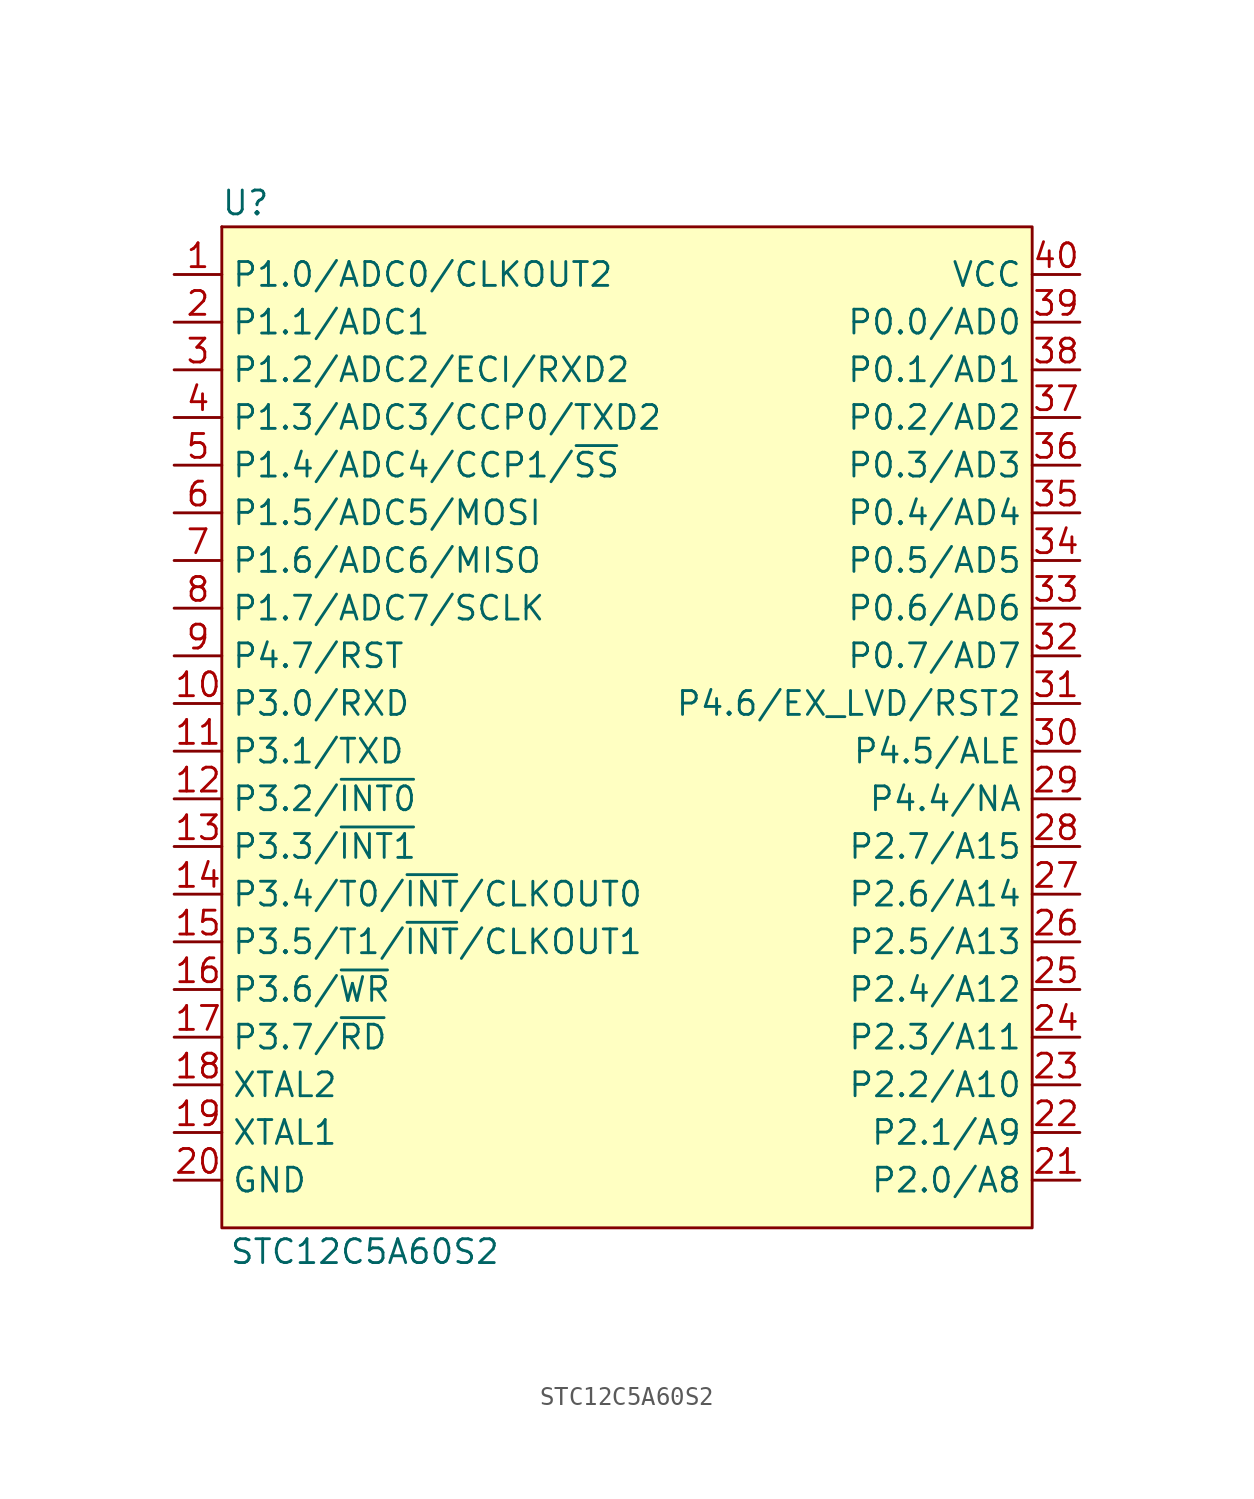
<source format=kicad_sym>
(kicad_symbol_lib
  (version 20211014)
  (generator kicad_symbol_editor)
  (symbol "STC12C5A60S2"
    (property "Reference" "U"
      (at -20.32 27.94 0)
      (effects (font (size 1.27 1.27))))
    (property "Value" "STC12C5A60S2"
      (at -13.97 -27.94 0)
      (effects (font (size 1.27 1.27))))
    (symbol "STC12C5A60S2_0_1"
      (rectangle (start -21.59 26.67) (end -21.59 26.67) (stroke (width 0) (type default) (color 0 0 0 0)) (fill (type none)))
      (rectangle (start -21.59 26.67) (end 21.59 -26.67) (stroke (width 0) (type default) (color 0 0 0 0)) (fill (type background))))
    (symbol "STC12C5A60S2_1_1"
      (pin bidirectional line (at -24.13 24.13 0) (length 2.54) (name "P1.0/ADC0/CLKOUT2" (effects (font (size 1.27 1.27)))) (number "1" (effects (font (size 1.27 1.27)))))
      (pin bidirectional line (at -24.13 1.27 0) (length 2.54) (name "P3.0/RXD" (effects (font (size 1.27 1.27)))) (number "10" (effects (font (size 1.27 1.27)))))
      (pin bidirectional line (at -24.13 -1.27 0) (length 2.54) (name "P3.1/TXD" (effects (font (size 1.27 1.27)))) (number "11" (effects (font (size 1.27 1.27)))))
      (pin bidirectional line (at -24.13 -3.81 0) (length 2.54) (name "P3.2/~{INT0}" (effects (font (size 1.27 1.27)))) (number "12" (effects (font (size 1.27 1.27)))))
      (pin bidirectional line (at -24.13 -6.35 0) (length 2.54) (name "P3.3/~{INT1}" (effects (font (size 1.27 1.27)))) (number "13" (effects (font (size 1.27 1.27)))))
      (pin bidirectional line (at -24.13 -8.89 0) (length 2.54) (name "P3.4/T0/~{INT}/CLKOUT0" (effects (font (size 1.27 1.27)))) (number "14" (effects (font (size 1.27 1.27)))))
      (pin bidirectional line (at -24.13 -11.43 0) (length 2.54) (name "P3.5/T1/~{INT}/CLKOUT1" (effects (font (size 1.27 1.27)))) (number "15" (effects (font (size 1.27 1.27)))))
      (pin bidirectional line (at -24.13 -13.97 0) (length 2.54) (name "P3.6/~{WR}" (effects (font (size 1.27 1.27)))) (number "16" (effects (font (size 1.27 1.27)))))
      (pin bidirectional line (at -24.13 -16.51 0) (length 2.54) (name "P3.7/~{RD}" (effects (font (size 1.27 1.27)))) (number "17" (effects (font (size 1.27 1.27)))))
      (pin passive line (at -24.13 -19.05 0) (length 2.54) (name "XTAL2" (effects (font (size 1.27 1.27)))) (number "18" (effects (font (size 1.27 1.27)))))
      (pin passive line (at -24.13 -21.59 0) (length 2.54) (name "XTAL1" (effects (font (size 1.27 1.27)))) (number "19" (effects (font (size 1.27 1.27)))))
      (pin bidirectional line (at -24.13 21.59 0) (length 2.54) (name "P1.1/ADC1" (effects (font (size 1.27 1.27)))) (number "2" (effects (font (size 1.27 1.27)))))
      (pin power_in line (at -24.13 -24.13 0) (length 2.54) (name "GND" (effects (font (size 1.27 1.27)))) (number "20" (effects (font (size 1.27 1.27)))))
      (pin bidirectional line (at 24.13 -24.13 180) (length 2.54) (name "P2.0/A8" (effects (font (size 1.27 1.27)))) (number "21" (effects (font (size 1.27 1.27)))))
      (pin bidirectional line (at 24.13 -21.59 180) (length 2.54) (name "P2.1/A9" (effects (font (size 1.27 1.27)))) (number "22" (effects (font (size 1.27 1.27)))))
      (pin bidirectional line (at 24.13 -19.05 180) (length 2.54) (name "P2.2/A10" (effects (font (size 1.27 1.27)))) (number "23" (effects (font (size 1.27 1.27)))))
      (pin bidirectional line (at 24.13 -16.51 180) (length 2.54) (name "P2.3/A11" (effects (font (size 1.27 1.27)))) (number "24" (effects (font (size 1.27 1.27)))))
      (pin bidirectional line (at 24.13 -13.97 180) (length 2.54) (name "P2.4/A12" (effects (font (size 1.27 1.27)))) (number "25" (effects (font (size 1.27 1.27)))))
      (pin bidirectional line (at 24.13 -11.43 180) (length 2.54) (name "P2.5/A13" (effects (font (size 1.27 1.27)))) (number "26" (effects (font (size 1.27 1.27)))))
      (pin bidirectional line (at 24.13 -8.89 180) (length 2.54) (name "P2.6/A14" (effects (font (size 1.27 1.27)))) (number "27" (effects (font (size 1.27 1.27)))))
      (pin bidirectional line (at 24.13 -6.35 180) (length 2.54) (name "P2.7/A15" (effects (font (size 1.27 1.27)))) (number "28" (effects (font (size 1.27 1.27)))))
      (pin bidirectional line (at 24.13 -3.81 180) (length 2.54) (name "P4.4/NA" (effects (font (size 1.27 1.27)))) (number "29" (effects (font (size 1.27 1.27)))))
      (pin bidirectional line (at -24.13 19.05 0) (length 2.54) (name "P1.2/ADC2/ECI/RXD2" (effects (font (size 1.27 1.27)))) (number "3" (effects (font (size 1.27 1.27)))))
      (pin bidirectional line (at 24.13 -1.27 180) (length 2.54) (name "P4.5/ALE" (effects (font (size 1.27 1.27)))) (number "30" (effects (font (size 1.27 1.27)))))
      (pin bidirectional line (at 24.13 1.27 180) (length 2.54) (name "P4.6/EX_LVD/RST2" (effects (font (size 1.27 1.27)))) (number "31" (effects (font (size 1.27 1.27)))))
      (pin bidirectional line (at 24.13 3.81 180) (length 2.54) (name "P0.7/AD7" (effects (font (size 1.27 1.27)))) (number "32" (effects (font (size 1.27 1.27)))))
      (pin bidirectional line (at 24.13 6.35 180) (length 2.54) (name "P0.6/AD6" (effects (font (size 1.27 1.27)))) (number "33" (effects (font (size 1.27 1.27)))))
      (pin bidirectional line (at 24.13 8.89 180) (length 2.54) (name "P0.5/AD5" (effects (font (size 1.27 1.27)))) (number "34" (effects (font (size 1.27 1.27)))))
      (pin bidirectional line (at 24.13 11.43 180) (length 2.54) (name "P0.4/AD4" (effects (font (size 1.27 1.27)))) (number "35" (effects (font (size 1.27 1.27)))))
      (pin bidirectional line (at 24.13 13.97 180) (length 2.54) (name "P0.3/AD3" (effects (font (size 1.27 1.27)))) (number "36" (effects (font (size 1.27 1.27)))))
      (pin bidirectional line (at 24.13 16.51 180) (length 2.54) (name "P0.2/AD2" (effects (font (size 1.27 1.27)))) (number "37" (effects (font (size 1.27 1.27)))))
      (pin bidirectional line (at 24.13 19.05 180) (length 2.54) (name "P0.1/AD1" (effects (font (size 1.27 1.27)))) (number "38" (effects (font (size 1.27 1.27)))))
      (pin bidirectional line (at 24.13 21.59 180) (length 2.54) (name "P0.0/AD0" (effects (font (size 1.27 1.27)))) (number "39" (effects (font (size 1.27 1.27)))))
      (pin bidirectional line (at -24.13 16.51 0) (length 2.54) (name "P1.3/ADC3/CCP0/TXD2" (effects (font (size 1.27 1.27)))) (number "4" (effects (font (size 1.27 1.27)))))
      (pin power_in line (at 24.13 24.13 180) (length 2.54) (name "VCC" (effects (font (size 1.27 1.27)))) (number "40" (effects (font (size 1.27 1.27)))))
      (pin bidirectional line (at -24.13 13.97 0) (length 2.54) (name "P1.4/ADC4/CCP1/~{SS}" (effects (font (size 1.27 1.27)))) (number "5" (effects (font (size 1.27 1.27)))))
      (pin bidirectional line (at -24.13 11.43 0) (length 2.54) (name "P1.5/ADC5/MOSI" (effects (font (size 1.27 1.27)))) (number "6" (effects (font (size 1.27 1.27)))))
      (pin bidirectional line (at -24.13 8.89 0) (length 2.54) (name "P1.6/ADC6/MISO" (effects (font (size 1.27 1.27)))) (number "7" (effects (font (size 1.27 1.27)))))
      (pin bidirectional line (at -24.13 6.35 0) (length 2.54) (name "P1.7/ADC7/SCLK" (effects (font (size 1.27 1.27)))) (number "8" (effects (font (size 1.27 1.27)))))
      (pin bidirectional line (at -24.13 3.81 0) (length 2.54) (name "P4.7/RST" (effects (font (size 1.27 1.27)))) (number "9" (effects (font (size 1.27 1.27))))))))
</source>
